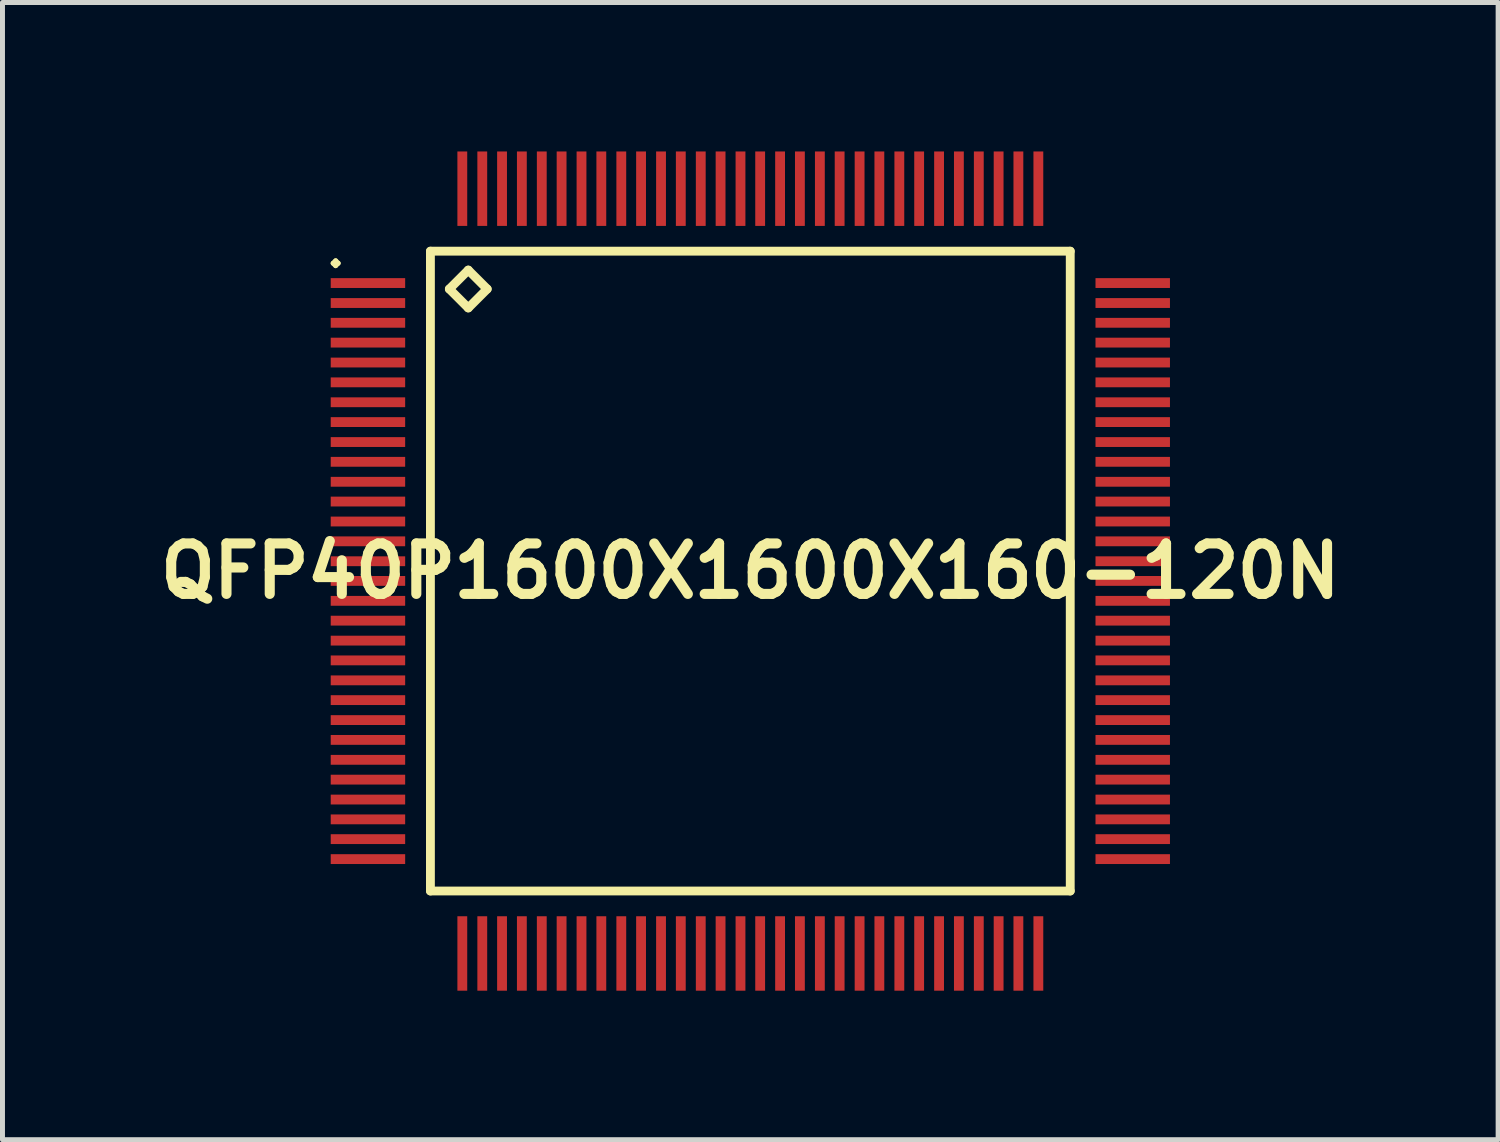
<source format=kicad_pcb>
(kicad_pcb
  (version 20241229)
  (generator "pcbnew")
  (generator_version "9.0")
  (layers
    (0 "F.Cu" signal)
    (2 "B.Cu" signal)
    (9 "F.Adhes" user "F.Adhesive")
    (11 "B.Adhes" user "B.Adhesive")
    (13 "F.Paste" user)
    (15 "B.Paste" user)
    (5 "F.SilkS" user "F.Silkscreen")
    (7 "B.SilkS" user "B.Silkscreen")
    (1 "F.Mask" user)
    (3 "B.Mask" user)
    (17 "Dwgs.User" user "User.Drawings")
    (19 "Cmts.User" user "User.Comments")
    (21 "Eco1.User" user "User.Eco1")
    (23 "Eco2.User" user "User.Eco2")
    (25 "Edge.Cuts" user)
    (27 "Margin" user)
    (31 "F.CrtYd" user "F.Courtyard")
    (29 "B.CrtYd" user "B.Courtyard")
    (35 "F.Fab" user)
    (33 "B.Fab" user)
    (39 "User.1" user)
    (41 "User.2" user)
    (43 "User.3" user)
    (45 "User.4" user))
  (footprint "QFP40P1600X1600X160-120N"
    (layer "F.Cu")
    (at 12.057 8.448)
    (property "Reference" "QFP40P1600X1600X160-120N" (at 0 0 0) (layer "F.SilkS") (effects (font (size 1.016 1.016) (thickness 0.203))))
    (attr smd)
    (fp_line (start -8.4 -6.198) (end -8.349 -6.248) (stroke (width 0.099) (type solid)) (layer "F.SilkS"))
    (fp_line (start -8.349 -6.248) (end -8.298 -6.198) (stroke (width 0.099) (type solid)) (layer "F.SilkS"))
    (fp_line (start -8.349 -6.149) (end -8.4 -6.198) (stroke (width 0.099) (type solid)) (layer "F.SilkS"))
    (fp_line (start -8.298 -6.198) (end -8.349 -6.149) (stroke (width 0.099) (type solid)) (layer "F.SilkS"))
    (fp_line (start -6.441 -6.441) (end -6.441 6.441) (stroke (width 0.178) (type solid)) (layer "F.SilkS"))
    (fp_line (start -6.441 6.441) (end 6.441 6.441) (stroke (width 0.178) (type solid)) (layer "F.SilkS"))
    (fp_line (start -6.06 -5.679) (end -5.679 -6.06) (stroke (width 0.178) (type solid)) (layer "F.SilkS"))
    (fp_line (start -5.679 -6.06) (end -5.298 -5.679) (stroke (width 0.178) (type solid)) (layer "F.SilkS"))
    (fp_line (start -5.679 -5.298) (end -6.06 -5.679) (stroke (width 0.178) (type solid)) (layer "F.SilkS"))
    (fp_line (start -5.298 -5.679) (end -5.679 -5.298) (stroke (width 0.178) (type solid)) (layer "F.SilkS"))
    (fp_line (start 6.441 -6.441) (end -6.441 -6.441) (stroke (width 0.178) (type solid)) (layer "F.SilkS"))
    (fp_line (start 6.441 6.441) (end 6.441 -6.441) (stroke (width 0.178) (type solid)) (layer "F.SilkS"))
    (pad "1" smd rect (at -7.699 -5.799) (size 1.499 0.198) (layers "F.Cu" "F.Mask" "F.Paste"))
    (pad "2" smd rect (at -7.699 -5.397) (size 1.499 0.198) (layers "F.Cu" "F.Mask" "F.Paste"))
    (pad "3" smd rect (at -7.699 -4.999) (size 1.499 0.198) (layers "F.Cu" "F.Mask" "F.Paste"))
    (pad "4" smd rect (at -7.699 -4.6) (size 1.499 0.198) (layers "F.Cu" "F.Mask" "F.Paste"))
    (pad "5" smd rect (at -7.699 -4.199) (size 1.499 0.198) (layers "F.Cu" "F.Mask" "F.Paste"))
    (pad "6" smd rect (at -7.699 -3.8) (size 1.499 0.198) (layers "F.Cu" "F.Mask" "F.Paste"))
    (pad "7" smd rect (at -7.699 -3.399) (size 1.499 0.198) (layers "F.Cu" "F.Mask" "F.Paste"))
    (pad "8" smd rect (at -7.699 -3) (size 1.499 0.198) (layers "F.Cu" "F.Mask" "F.Paste"))
    (pad "9" smd rect (at -7.699 -2.598) (size 1.499 0.198) (layers "F.Cu" "F.Mask" "F.Paste"))
    (pad "10" smd rect (at -7.699 -2.2) (size 1.499 0.198) (layers "F.Cu" "F.Mask" "F.Paste"))
    (pad "11" smd rect (at -7.699 -1.798) (size 1.499 0.198) (layers "F.Cu" "F.Mask" "F.Paste"))
    (pad "12" smd rect (at -7.699 -1.4) (size 1.499 0.198) (layers "F.Cu" "F.Mask" "F.Paste"))
    (pad "13" smd rect (at -7.699 -0.998) (size 1.499 0.198) (layers "F.Cu" "F.Mask" "F.Paste"))
    (pad "14" smd rect (at -7.699 -0.599) (size 1.499 0.198) (layers "F.Cu" "F.Mask" "F.Paste"))
    (pad "15" smd rect (at -7.699 -0.198) (size 1.499 0.198) (layers "F.Cu" "F.Mask" "F.Paste"))
    (pad "16" smd rect (at -7.699 0.198) (size 1.499 0.198) (layers "F.Cu" "F.Mask" "F.Paste"))
    (pad "17" smd rect (at -7.699 0.599) (size 1.499 0.198) (layers "F.Cu" "F.Mask" "F.Paste"))
    (pad "18" smd rect (at -7.699 0.998) (size 1.499 0.198) (layers "F.Cu" "F.Mask" "F.Paste"))
    (pad "19" smd rect (at -7.699 1.4) (size 1.499 0.198) (layers "F.Cu" "F.Mask" "F.Paste"))
    (pad "20" smd rect (at -7.699 1.798) (size 1.499 0.198) (layers "F.Cu" "F.Mask" "F.Paste"))
    (pad "21" smd rect (at -7.699 2.2) (size 1.499 0.198) (layers "F.Cu" "F.Mask" "F.Paste"))
    (pad "22" smd rect (at -7.699 2.598) (size 1.499 0.198) (layers "F.Cu" "F.Mask" "F.Paste"))
    (pad "23" smd rect (at -7.699 3) (size 1.499 0.198) (layers "F.Cu" "F.Mask" "F.Paste"))
    (pad "24" smd rect (at -7.699 3.399) (size 1.499 0.198) (layers "F.Cu" "F.Mask" "F.Paste"))
    (pad "25" smd rect (at -7.699 3.8) (size 1.499 0.198) (layers "F.Cu" "F.Mask" "F.Paste"))
    (pad "26" smd rect (at -7.699 4.199) (size 1.499 0.198) (layers "F.Cu" "F.Mask" "F.Paste"))
    (pad "27" smd rect (at -7.699 4.6) (size 1.499 0.198) (layers "F.Cu" "F.Mask" "F.Paste"))
    (pad "28" smd rect (at -7.699 4.999) (size 1.499 0.198) (layers "F.Cu" "F.Mask" "F.Paste"))
    (pad "29" smd rect (at -7.699 5.397) (size 1.499 0.198) (layers "F.Cu" "F.Mask" "F.Paste"))
    (pad "30" smd rect (at -7.699 5.799) (size 1.499 0.198) (layers "F.Cu" "F.Mask" "F.Paste"))
    (pad "31" smd rect (at -5.799 7.699) (size 0.198 1.499) (layers "F.Cu" "F.Mask" "F.Paste"))
    (pad "32" smd rect (at -5.397 7.699) (size 0.198 1.499) (layers "F.Cu" "F.Mask" "F.Paste"))
    (pad "33" smd rect (at -4.999 7.699) (size 0.198 1.499) (layers "F.Cu" "F.Mask" "F.Paste"))
    (pad "34" smd rect (at -4.6 7.699) (size 0.198 1.499) (layers "F.Cu" "F.Mask" "F.Paste"))
    (pad "35" smd rect (at -4.199 7.699) (size 0.198 1.499) (layers "F.Cu" "F.Mask" "F.Paste"))
    (pad "36" smd rect (at -3.8 7.699) (size 0.198 1.499) (layers "F.Cu" "F.Mask" "F.Paste"))
    (pad "37" smd rect (at -3.399 7.699) (size 0.198 1.499) (layers "F.Cu" "F.Mask" "F.Paste"))
    (pad "38" smd rect (at -3 7.699) (size 0.198 1.499) (layers "F.Cu" "F.Mask" "F.Paste"))
    (pad "39" smd rect (at -2.598 7.699) (size 0.198 1.499) (layers "F.Cu" "F.Mask" "F.Paste"))
    (pad "40" smd rect (at -2.2 7.699) (size 0.198 1.499) (layers "F.Cu" "F.Mask" "F.Paste"))
    (pad "41" smd rect (at -1.798 7.699) (size 0.198 1.499) (layers "F.Cu" "F.Mask" "F.Paste"))
    (pad "42" smd rect (at -1.4 7.699) (size 0.198 1.499) (layers "F.Cu" "F.Mask" "F.Paste"))
    (pad "43" smd rect (at -0.998 7.699) (size 0.198 1.499) (layers "F.Cu" "F.Mask" "F.Paste"))
    (pad "44" smd rect (at -0.599 7.699) (size 0.198 1.499) (layers "F.Cu" "F.Mask" "F.Paste"))
    (pad "45" smd rect (at -0.198 7.699) (size 0.198 1.499) (layers "F.Cu" "F.Mask" "F.Paste"))
    (pad "46" smd rect (at 0.198 7.699) (size 0.198 1.499) (layers "F.Cu" "F.Mask" "F.Paste"))
    (pad "47" smd rect (at 0.599 7.699) (size 0.198 1.499) (layers "F.Cu" "F.Mask" "F.Paste"))
    (pad "48" smd rect (at 0.998 7.699) (size 0.198 1.499) (layers "F.Cu" "F.Mask" "F.Paste"))
    (pad "49" smd rect (at 1.4 7.699) (size 0.198 1.499) (layers "F.Cu" "F.Mask" "F.Paste"))
    (pad "50" smd rect (at 1.798 7.699) (size 0.198 1.499) (layers "F.Cu" "F.Mask" "F.Paste"))
    (pad "51" smd rect (at 2.2 7.699) (size 0.198 1.499) (layers "F.Cu" "F.Mask" "F.Paste"))
    (pad "52" smd rect (at 2.598 7.699) (size 0.198 1.499) (layers "F.Cu" "F.Mask" "F.Paste"))
    (pad "53" smd rect (at 3 7.699) (size 0.198 1.499) (layers "F.Cu" "F.Mask" "F.Paste"))
    (pad "54" smd rect (at 3.399 7.699) (size 0.198 1.499) (layers "F.Cu" "F.Mask" "F.Paste"))
    (pad "55" smd rect (at 3.8 7.699) (size 0.198 1.499) (layers "F.Cu" "F.Mask" "F.Paste"))
    (pad "56" smd rect (at 4.199 7.699) (size 0.198 1.499) (layers "F.Cu" "F.Mask" "F.Paste"))
    (pad "57" smd rect (at 4.6 7.699) (size 0.198 1.499) (layers "F.Cu" "F.Mask" "F.Paste"))
    (pad "58" smd rect (at 4.999 7.699) (size 0.198 1.499) (layers "F.Cu" "F.Mask" "F.Paste"))
    (pad "59" smd rect (at 5.397 7.699) (size 0.198 1.499) (layers "F.Cu" "F.Mask" "F.Paste"))
    (pad "60" smd rect (at 5.799 7.699) (size 0.198 1.499) (layers "F.Cu" "F.Mask" "F.Paste"))
    (pad "61" smd rect (at 7.699 5.799) (size 1.499 0.198) (layers "F.Cu" "F.Mask" "F.Paste"))
    (pad "62" smd rect (at 7.699 5.397) (size 1.499 0.198) (layers "F.Cu" "F.Mask" "F.Paste"))
    (pad "63" smd rect (at 7.699 4.999) (size 1.499 0.198) (layers "F.Cu" "F.Mask" "F.Paste"))
    (pad "64" smd rect (at 7.699 4.6) (size 1.499 0.198) (layers "F.Cu" "F.Mask" "F.Paste"))
    (pad "65" smd rect (at 7.699 4.199) (size 1.499 0.198) (layers "F.Cu" "F.Mask" "F.Paste"))
    (pad "66" smd rect (at 7.699 3.8) (size 1.499 0.198) (layers "F.Cu" "F.Mask" "F.Paste"))
    (pad "67" smd rect (at 7.699 3.399) (size 1.499 0.198) (layers "F.Cu" "F.Mask" "F.Paste"))
    (pad "68" smd rect (at 7.699 3) (size 1.499 0.198) (layers "F.Cu" "F.Mask" "F.Paste"))
    (pad "69" smd rect (at 7.699 2.598) (size 1.499 0.198) (layers "F.Cu" "F.Mask" "F.Paste"))
    (pad "70" smd rect (at 7.699 2.2) (size 1.499 0.198) (layers "F.Cu" "F.Mask" "F.Paste"))
    (pad "71" smd rect (at 7.699 1.798) (size 1.499 0.198) (layers "F.Cu" "F.Mask" "F.Paste"))
    (pad "72" smd rect (at 7.699 1.4) (size 1.499 0.198) (layers "F.Cu" "F.Mask" "F.Paste"))
    (pad "73" smd rect (at 7.699 0.998) (size 1.499 0.198) (layers "F.Cu" "F.Mask" "F.Paste"))
    (pad "74" smd rect (at 7.699 0.599) (size 1.499 0.198) (layers "F.Cu" "F.Mask" "F.Paste"))
    (pad "75" smd rect (at 7.699 0.198) (size 1.499 0.198) (layers "F.Cu" "F.Mask" "F.Paste"))
    (pad "76" smd rect (at 7.699 -0.198) (size 1.499 0.198) (layers "F.Cu" "F.Mask" "F.Paste"))
    (pad "77" smd rect (at 7.699 -0.599) (size 1.499 0.198) (layers "F.Cu" "F.Mask" "F.Paste"))
    (pad "78" smd rect (at 7.699 -0.998) (size 1.499 0.198) (layers "F.Cu" "F.Mask" "F.Paste"))
    (pad "79" smd rect (at 7.699 -1.4) (size 1.499 0.198) (layers "F.Cu" "F.Mask" "F.Paste"))
    (pad "80" smd rect (at 7.699 -1.798) (size 1.499 0.198) (layers "F.Cu" "F.Mask" "F.Paste"))
    (pad "81" smd rect (at 7.699 -2.2) (size 1.499 0.198) (layers "F.Cu" "F.Mask" "F.Paste"))
    (pad "82" smd rect (at 7.699 -2.598) (size 1.499 0.198) (layers "F.Cu" "F.Mask" "F.Paste"))
    (pad "83" smd rect (at 7.699 -3) (size 1.499 0.198) (layers "F.Cu" "F.Mask" "F.Paste"))
    (pad "84" smd rect (at 7.699 -3.399) (size 1.499 0.198) (layers "F.Cu" "F.Mask" "F.Paste"))
    (pad "85" smd rect (at 7.699 -3.8) (size 1.499 0.198) (layers "F.Cu" "F.Mask" "F.Paste"))
    (pad "86" smd rect (at 7.699 -4.199) (size 1.499 0.198) (layers "F.Cu" "F.Mask" "F.Paste"))
    (pad "87" smd rect (at 7.699 -4.6) (size 1.499 0.198) (layers "F.Cu" "F.Mask" "F.Paste"))
    (pad "88" smd rect (at 7.699 -4.999) (size 1.499 0.198) (layers "F.Cu" "F.Mask" "F.Paste"))
    (pad "89" smd rect (at 7.699 -5.397) (size 1.499 0.198) (layers "F.Cu" "F.Mask" "F.Paste"))
    (pad "90" smd rect (at 7.699 -5.799) (size 1.499 0.198) (layers "F.Cu" "F.Mask" "F.Paste"))
    (pad "91" smd rect (at 5.799 -7.699) (size 0.198 1.499) (layers "F.Cu" "F.Mask" "F.Paste"))
    (pad "92" smd rect (at 5.397 -7.699) (size 0.198 1.499) (layers "F.Cu" "F.Mask" "F.Paste"))
    (pad "93" smd rect (at 4.999 -7.699) (size 0.198 1.499) (layers "F.Cu" "F.Mask" "F.Paste"))
    (pad "94" smd rect (at 4.6 -7.699) (size 0.198 1.499) (layers "F.Cu" "F.Mask" "F.Paste"))
    (pad "95" smd rect (at 4.199 -7.699) (size 0.198 1.499) (layers "F.Cu" "F.Mask" "F.Paste"))
    (pad "96" smd rect (at 3.8 -7.699) (size 0.198 1.499) (layers "F.Cu" "F.Mask" "F.Paste"))
    (pad "97" smd rect (at 3.399 -7.699) (size 0.198 1.499) (layers "F.Cu" "F.Mask" "F.Paste"))
    (pad "98" smd rect (at 3 -7.699) (size 0.198 1.499) (layers "F.Cu" "F.Mask" "F.Paste"))
    (pad "99" smd rect (at 2.598 -7.699) (size 0.198 1.499) (layers "F.Cu" "F.Mask" "F.Paste"))
    (pad "100" smd rect (at 2.2 -7.699) (size 0.198 1.499) (layers "F.Cu" "F.Mask" "F.Paste"))
    (pad "101" smd rect (at 1.798 -7.699) (size 0.198 1.499) (layers "F.Cu" "F.Mask" "F.Paste"))
    (pad "102" smd rect (at 1.4 -7.699) (size 0.198 1.499) (layers "F.Cu" "F.Mask" "F.Paste"))
    (pad "103" smd rect (at 0.998 -7.699) (size 0.198 1.499) (layers "F.Cu" "F.Mask" "F.Paste"))
    (pad "104" smd rect (at 0.599 -7.699) (size 0.198 1.499) (layers "F.Cu" "F.Mask" "F.Paste"))
    (pad "105" smd rect (at 0.198 -7.699) (size 0.198 1.499) (layers "F.Cu" "F.Mask" "F.Paste"))
    (pad "106" smd rect (at -0.198 -7.699) (size 0.198 1.499) (layers "F.Cu" "F.Mask" "F.Paste"))
    (pad "107" smd rect (at -0.599 -7.699) (size 0.198 1.499) (layers "F.Cu" "F.Mask" "F.Paste"))
    (pad "108" smd rect (at -0.998 -7.699) (size 0.198 1.499) (layers "F.Cu" "F.Mask" "F.Paste"))
    (pad "109" smd rect (at -1.4 -7.699) (size 0.198 1.499) (layers "F.Cu" "F.Mask" "F.Paste"))
    (pad "110" smd rect (at -1.798 -7.699) (size 0.198 1.499) (layers "F.Cu" "F.Mask" "F.Paste"))
    (pad "111" smd rect (at -2.2 -7.699) (size 0.198 1.499) (layers "F.Cu" "F.Mask" "F.Paste"))
    (pad "112" smd rect (at -2.598 -7.699) (size 0.198 1.499) (layers "F.Cu" "F.Mask" "F.Paste"))
    (pad "113" smd rect (at -3 -7.699) (size 0.198 1.499) (layers "F.Cu" "F.Mask" "F.Paste"))
    (pad "114" smd rect (at -3.399 -7.699) (size 0.198 1.499) (layers "F.Cu" "F.Mask" "F.Paste"))
    (pad "115" smd rect (at -3.8 -7.699) (size 0.198 1.499) (layers "F.Cu" "F.Mask" "F.Paste"))
    (pad "116" smd rect (at -4.199 -7.699) (size 0.198 1.499) (layers "F.Cu" "F.Mask" "F.Paste"))
    (pad "117" smd rect (at -4.6 -7.699) (size 0.198 1.499) (layers "F.Cu" "F.Mask" "F.Paste"))
    (pad "118" smd rect (at -4.999 -7.699) (size 0.198 1.499) (layers "F.Cu" "F.Mask" "F.Paste"))
    (pad "119" smd rect (at -5.397 -7.699) (size 0.198 1.499) (layers "F.Cu" "F.Mask" "F.Paste"))
    (pad "120" smd rect (at -5.799 -7.699) (size 0.198 1.499) (layers "F.Cu" "F.Mask" "F.Paste")))
  (gr_rect
    (start -3 -3)
    (end 27.113 19.896)
    (stroke (width 0.1) (type default))
    (fill no)
    (layer "Edge.Cuts")))
</source>
